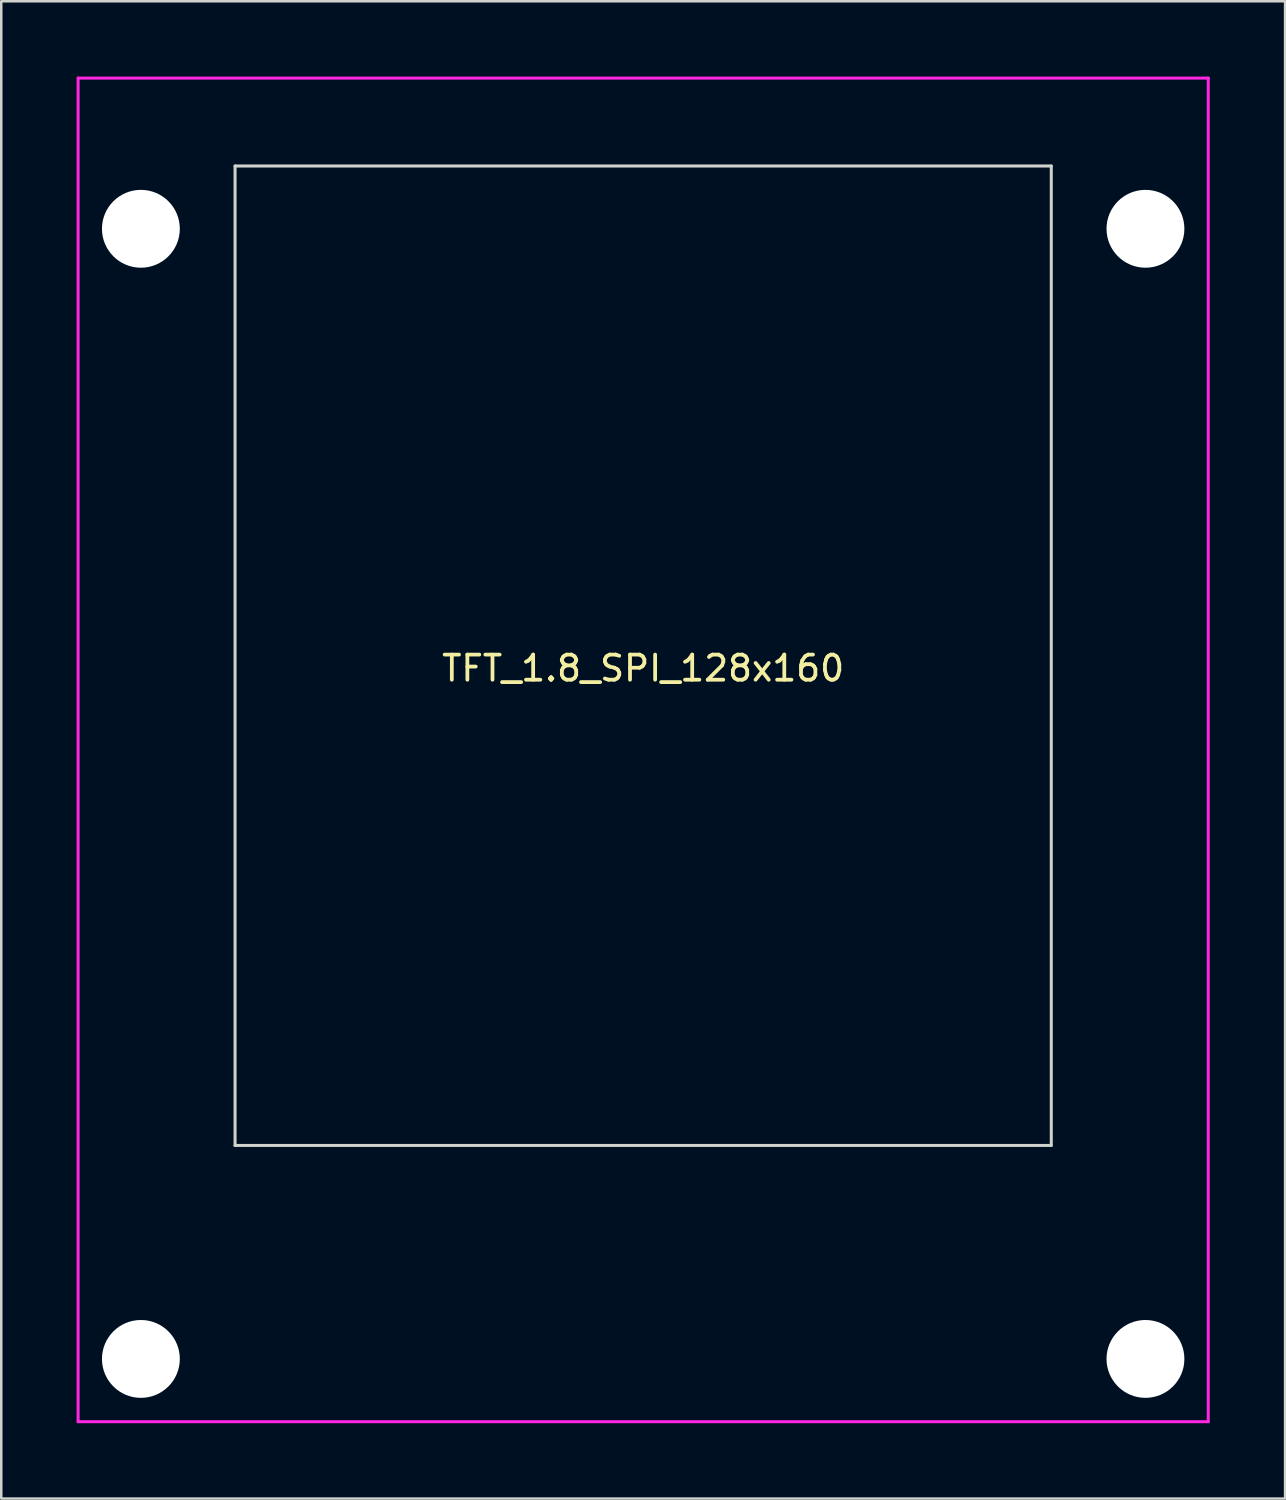
<source format=kicad_pcb>
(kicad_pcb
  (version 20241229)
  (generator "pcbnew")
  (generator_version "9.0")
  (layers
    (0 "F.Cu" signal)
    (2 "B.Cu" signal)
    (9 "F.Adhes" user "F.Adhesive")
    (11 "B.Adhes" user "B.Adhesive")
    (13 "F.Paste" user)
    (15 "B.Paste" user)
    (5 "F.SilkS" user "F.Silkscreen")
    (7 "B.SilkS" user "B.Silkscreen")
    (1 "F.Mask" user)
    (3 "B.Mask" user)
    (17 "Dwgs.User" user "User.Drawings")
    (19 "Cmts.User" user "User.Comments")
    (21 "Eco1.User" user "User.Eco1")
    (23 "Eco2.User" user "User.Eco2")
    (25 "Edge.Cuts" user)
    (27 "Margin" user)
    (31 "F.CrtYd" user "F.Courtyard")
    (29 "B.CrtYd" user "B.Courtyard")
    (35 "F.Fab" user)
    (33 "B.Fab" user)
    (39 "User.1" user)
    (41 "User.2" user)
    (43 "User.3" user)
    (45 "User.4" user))
  (footprint "TFT_1.8_SPI_128x160"
    (layer "F.Cu")
    (at 22.56 23.06)
    (property "Reference" "TFT_1.8_SPI_128x160" (at 0 0.5 0) (layer "F.SilkS") (effects (font (size 1 1) (thickness 0.15))))
    (attr through_hole)
    (fp_line (start -16.25 -19.5) (end 16.25 -19.5) (stroke (width 0.12) (type solid)) (layer "Edge.Cuts"))
    (fp_line (start -16.25 19.5) (end -16.25 -19.5) (stroke (width 0.12) (type solid)) (layer "Edge.Cuts"))
    (fp_line (start 16.25 -19.5) (end 16.25 19.5) (stroke (width 0.12) (type solid)) (layer "Edge.Cuts"))
    (fp_line (start 16.25 19.5) (end -16.25 19.5) (stroke (width 0.12) (type solid)) (layer "Edge.Cuts"))
    (fp_line (start -22.5 -23) (end 22.5 -23) (stroke (width 0.12) (type solid)) (layer "F.CrtYd"))
    (fp_line (start -22.5 30.5) (end -22.5 -23) (stroke (width 0.12) (type solid)) (layer "F.CrtYd"))
    (fp_line (start 22.5 -23) (end 22.5 30.5) (stroke (width 0.12) (type solid)) (layer "F.CrtYd"))
    (fp_line (start 22.5 30.5) (end -22.5 30.5) (stroke (width 0.12) (type solid)) (layer "F.CrtYd"))
    (pad "" np_thru_hole circle (at -20 -17) (size 3.1 3.1) (drill 3.1) (layers "*.Cu" "*.Mask"))
    (pad "" np_thru_hole circle (at -20 28) (size 3.1 3.1) (drill 3.1) (layers "*.Cu" "*.Mask"))
    (pad "" np_thru_hole circle (at 20 -17) (size 3.1 3.1) (drill 3.1) (layers "*.Cu" "*.Mask"))
    (pad "" np_thru_hole circle (at 20 28) (size 3.1 3.1) (drill 3.1) (layers "*.Cu" "*.Mask")))
  (gr_rect
    (start -3 -3)
    (end 48.12 56.62)
    (stroke (width 0.1) (type default))
    (fill no)
    (layer "Edge.Cuts")))
</source>
